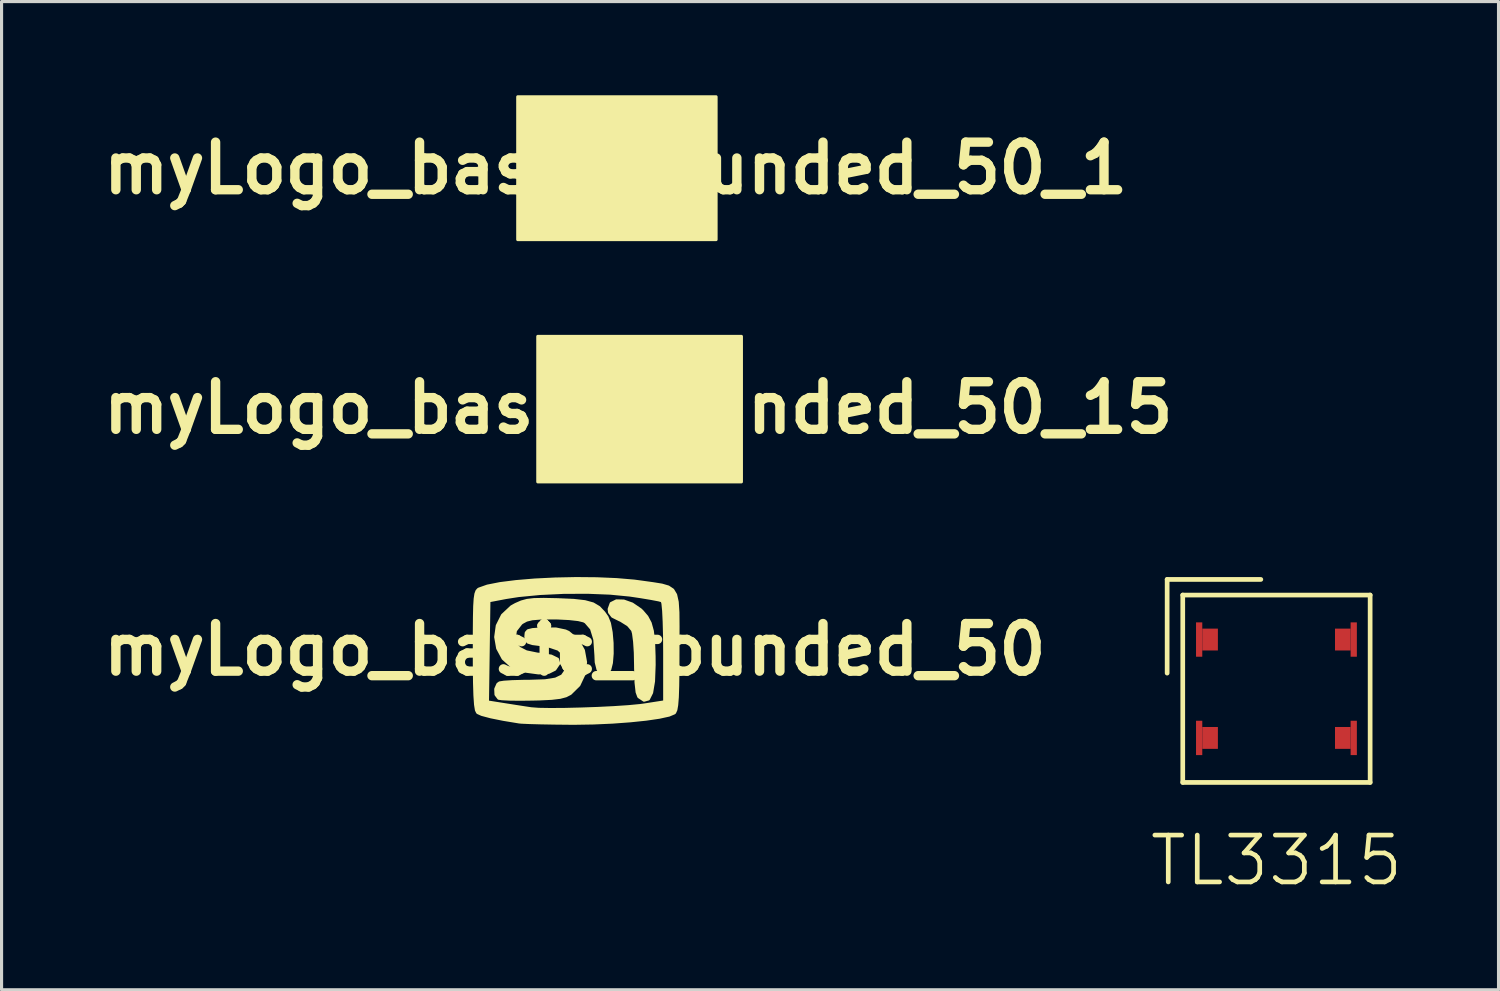
<source format=kicad_pcb>
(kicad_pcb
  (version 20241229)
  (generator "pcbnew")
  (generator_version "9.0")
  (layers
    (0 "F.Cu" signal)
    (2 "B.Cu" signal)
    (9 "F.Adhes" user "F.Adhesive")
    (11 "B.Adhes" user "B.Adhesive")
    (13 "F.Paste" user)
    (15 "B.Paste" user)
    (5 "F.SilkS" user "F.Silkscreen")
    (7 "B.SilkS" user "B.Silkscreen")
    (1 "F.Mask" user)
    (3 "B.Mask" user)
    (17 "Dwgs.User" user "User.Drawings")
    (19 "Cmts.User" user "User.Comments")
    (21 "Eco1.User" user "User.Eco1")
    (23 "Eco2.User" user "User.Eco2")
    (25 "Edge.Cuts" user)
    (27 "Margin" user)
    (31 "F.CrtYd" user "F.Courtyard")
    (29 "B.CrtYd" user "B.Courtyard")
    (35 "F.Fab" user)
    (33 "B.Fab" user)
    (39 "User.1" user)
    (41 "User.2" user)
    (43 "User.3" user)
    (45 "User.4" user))
  (footprint "TL3315"
    (layer "F.Cu")
    (at 37.823 19.004)
    (property "Reference" "TL3315" (at 0 5.5 0) (layer "F.SilkS") (effects (font (size 1.5 1.5) (thickness 0.15))))
    (attr through_hole)
    (fp_line (start -3.5 -3.5) (end -3.5 -0.5) (stroke (width 0.15) (type solid)) (layer "F.SilkS"))
    (fp_line (start -3 -3) (end 3 -3) (stroke (width 0.15) (type solid)) (layer "F.SilkS"))
    (fp_line (start -3 3) (end -3 -3) (stroke (width 0.15) (type solid)) (layer "F.SilkS"))
    (fp_line (start -0.5 -3.5) (end -3.5 -3.5) (stroke (width 0.15) (type solid)) (layer "F.SilkS"))
    (fp_line (start 3 -3) (end 3 3) (stroke (width 0.15) (type solid)) (layer "F.SilkS"))
    (fp_line (start 3 3) (end -3 3) (stroke (width 0.15) (type solid)) (layer "F.SilkS"))
    (pad "1" smd rect (at -2.475 -1.575) (size 0.2 1.1) (layers "F.Cu" "F.Mask" "F.Paste"))
    (pad "1" smd rect (at -2.125 -1.575) (size 0.5 0.7) (layers "F.Cu" "F.Mask" "F.Paste"))
    (pad "2" smd rect (at 2.125 -1.575) (size 0.5 0.7) (layers "F.Cu" "F.Mask" "F.Paste"))
    (pad "2" smd rect (at 2.475 -1.575) (size 0.2 1.1) (layers "F.Cu" "F.Mask" "F.Paste"))
    (pad "3" smd rect (at -2.475 1.575) (size 0.2 1.1) (layers "F.Cu" "F.Mask" "F.Paste"))
    (pad "3" smd rect (at -2.125 1.575) (size 0.5 0.7) (layers "F.Cu" "F.Mask" "F.Paste"))
    (pad "4" smd rect (at 2.125 1.575) (size 0.5 0.7) (layers "F.Cu" "F.Mask" "F.Paste"))
    (pad "4" smd rect (at 2.475 1.575) (size 0.2 1.1) (layers "F.Cu" "F.Mask" "F.Paste")))
  (footprint "myLogo_basic_rounded_50_15"
    (layer "F.Cu")
    (at 17.388 10.008)
    (property "Reference" "myLogo_basic_rounded_50_15" (at 0 0 0) (layer "F.SilkS") (effects (font (size 1.524 1.524) (thickness 0.3))))
    (attr through_hole)
    (fp_poly (pts (xy 3.302 2.371) (xy 0.042 2.371) (xy -3.217 2.371) (xy -3.217 0.042) (xy -3.217 -2.286) (xy 0.042 -2.286) (xy 3.302 -2.286) (xy 3.302 0.042) (xy 3.302 2.371)) (stroke (width 0.1) (type solid)) (fill yes) (layer "F.SilkS")))
  (footprint "myLogo_basic_rounded_50_1"
    (layer "F.Cu")
    (at 16.662 2.336)
    (property "Reference" "myLogo_basic_rounded_50_1" (at 0 0 0) (layer "F.SilkS") (effects (font (size 1.524 1.524) (thickness 0.3))))
    (attr through_hole)
    (fp_poly (pts (xy 3.217 2.286) (xy 0.042 2.286) (xy -3.133 2.286) (xy -3.133 0) (xy -3.133 -2.286) (xy 0.042 -2.286) (xy 3.217 -2.286) (xy 3.217 0) (xy 3.217 2.286)) (stroke (width 0.1) (type solid)) (fill yes) (layer "F.SilkS")))
  (footprint "myLogo_basic_rounded_50"
    (layer "F.Cu")
    (at 15.356 17.751)
    (property "Reference" "myLogo_basic_rounded_50" (at 0 0 0) (layer "F.SilkS") (effects (font (size 1.524 1.524) (thickness 0.3))))
    (attr through_hole)
    (fp_poly (pts (xy 2.539 0.492) (xy 2.519 1.015) (xy 2.458 1.378) (xy 2.357 1.58) (xy 2.217 1.619) (xy 2.049 1.507) (xy 1.996 1.361) (xy 1.962 1.055) (xy 1.948 0.595) (xy 1.947 0.495) (xy 1.939 0.098) (xy 1.916 -0.255) (xy 1.882 -0.516) (xy 1.853 -0.622) (xy 1.71 -0.791) (xy 1.475 -0.938) (xy 1.43 -0.958) (xy 1.209 -1.068) (xy 1.114 -1.194) (xy 1.101 -1.299) (xy 1.165 -1.476) (xy 1.333 -1.559) (xy 1.568 -1.553) (xy 1.836 -1.458) (xy 2.1 -1.278) (xy 2.154 -1.227) (xy 2.306 -1.05) (xy 2.412 -0.85) (xy 2.482 -0.595) (xy 2.521 -0.251) (xy 2.537 0.213) (xy 2.539 0.492)) (stroke (width 0.1) (type solid)) (fill yes) (layer "F.SilkS"))
    (fp_poly (pts (xy 0.343 0.401) (xy 0.295 0.785) (xy 0.13 1.134) (xy -0.144 1.404) (xy -0.285 1.477) (xy -0.473 1.527) (xy -0.744 1.559) (xy -1.133 1.578) (xy -1.355 1.583) (xy -1.751 1.588) (xy -2.089 1.584) (xy -2.331 1.572) (xy -2.434 1.557) (xy -2.523 1.44) (xy -2.531 1.262) (xy -2.463 1.108) (xy -2.406 1.067) (xy -2.267 1.045) (xy -2.003 1.028) (xy -1.658 1.018) (xy -1.432 1.016) (xy -0.951 1) (xy -0.614 0.946) (xy -0.401 0.843) (xy -0.288 0.68) (xy -0.254 0.446) (xy -0.254 0.436) (xy -0.32 0.172) (xy -0.525 -0.014) (xy -0.876 -0.13) (xy -1.077 -0.159) (xy -1.353 -0.195) (xy -1.499 -0.241) (xy -1.557 -0.319) (xy -1.566 -0.423) (xy -1.555 -0.538) (xy -1.497 -0.604) (xy -1.353 -0.639) (xy -1.086 -0.659) (xy -1.016 -0.662) (xy -0.6 -0.658) (xy -0.3 -0.594) (xy -0.206 -0.551) (xy 0.091 -0.307) (xy 0.274 0.024) (xy 0.343 0.401)) (stroke (width 0.1) (type solid)) (fill yes) (layer "F.SilkS"))
    (fp_poly (pts (xy 1.195 0.127) (xy 1.171 0.424) (xy 1.119 0.633) (xy 1.058 0.708) (xy 0.866 0.738) (xy 0.746 0.642) (xy 0.687 0.405) (xy 0.677 0.173) (xy 0.642 -0.323) (xy 0.535 -0.672) (xy 0.352 -0.884) (xy 0.288 -0.92) (xy 0.111 -0.963) (xy -0.184 -0.996) (xy -0.546 -1.014) (xy -0.712 -1.016) (xy -1.104 -1.01) (xy -1.369 -0.989) (xy -1.549 -0.944) (xy -1.687 -0.869) (xy -1.724 -0.841) (xy -1.903 -0.611) (xy -1.941 -0.348) (xy -1.834 -0.101) (xy -1.777 -0.041) (xy -1.554 0.073) (xy -1.204 0.145) (xy -1.121 0.153) (xy -0.756 0.209) (xy -0.555 0.307) (xy -0.517 0.446) (xy -0.641 0.629) (xy -0.641 0.629) (xy -0.838 0.727) (xy -1.161 0.745) (xy -1.621 0.683) (xy -1.637 0.68) (xy -2.017 0.533) (xy -2.295 0.282) (xy -2.469 -0.041) (xy -2.532 -0.402) (xy -2.482 -0.766) (xy -2.315 -1.1) (xy -2.025 -1.371) (xy -1.894 -1.444) (xy -1.711 -1.524) (xy -1.528 -1.574) (xy -1.303 -1.6) (xy -0.994 -1.606) (xy -0.562 -1.597) (xy -0.527 -1.596) (xy -0.034 -1.574) (xy 0.324 -1.533) (xy 0.582 -1.462) (xy 0.772 -1.349) (xy 0.93 -1.181) (xy 1.028 -1.042) (xy 1.108 -0.842) (xy 1.163 -0.551) (xy 1.192 -0.213) (xy 1.195 0.127)) (stroke (width 0.1) (type solid)) (fill yes) (layer "F.SilkS"))
    (fp_poly (pts (xy 3.304 -0.744) (xy 3.302 -0.15) (xy 3.302 0.035) (xy 3.3 0.675) (xy 3.293 1.165) (xy 3.281 1.525) (xy 3.261 1.773) (xy 3.234 1.929) (xy 3.197 2.011) (xy 3.184 2.025) (xy 3.017 2.096) (xy 2.879 2.126) (xy 2.879 1.673) (xy 2.879 0.079) (xy 2.875 -0.441) (xy 2.863 -0.891) (xy 2.846 -1.244) (xy 2.823 -1.477) (xy 2.799 -1.563) (xy 2.688 -1.594) (xy 2.446 -1.64) (xy 2.109 -1.696) (xy 1.762 -1.748) (xy 1.134 -1.809) (xy 0.406 -1.838) (xy -0.364 -1.834) (xy -1.119 -1.798) (xy -1.803 -1.732) (xy -2.201 -1.67) (xy -2.752 -1.565) (xy -2.775 0.056) (xy -2.798 1.677) (xy -2.224 1.768) (xy -1.888 1.821) (xy -1.584 1.868) (xy -1.397 1.896) (xy -1.157 1.914) (xy -0.785 1.92) (xy -0.321 1.917) (xy 0.2 1.904) (xy 0.739 1.885) (xy 1.258 1.859) (xy 1.72 1.828) (xy 2.087 1.793) (xy 2.223 1.775) (xy 2.879 1.673) (xy 2.879 2.126) (xy 2.707 2.164) (xy 2.283 2.226) (xy 1.771 2.279) (xy 1.199 2.321) (xy 0.594 2.348) (xy -0.017 2.358) (xy -0.169 2.357) (xy -0.654 2.352) (xy -1.093 2.344) (xy -1.452 2.334) (xy -1.697 2.323) (xy -1.778 2.316) (xy -2.285 2.232) (xy -2.692 2.15) (xy -2.978 2.074) (xy -3.111 2.014) (xy -3.149 1.936) (xy -3.177 1.761) (xy -3.197 1.473) (xy -3.21 1.057) (xy -3.216 0.498) (xy -3.217 0.035) (xy -3.216 -0.581) (xy -3.212 -1.05) (xy -3.204 -1.392) (xy -3.189 -1.629) (xy -3.166 -1.782) (xy -3.133 -1.873) (xy -3.09 -1.923) (xy -3.065 -1.938) (xy -2.799 -2.032) (xy -2.393 -2.112) (xy -1.877 -2.177) (xy -1.28 -2.227) (xy -0.631 -2.259) (xy 0.041 -2.273) (xy 0.707 -2.267) (xy 1.337 -2.24) (xy 1.902 -2.192) (xy 2.14 -2.16) (xy 2.506 -2.109) (xy 2.786 -2.064) (xy 2.992 -2.004) (xy 3.135 -1.909) (xy 3.227 -1.756) (xy 3.278 -1.526) (xy 3.3 -1.195) (xy 3.304 -0.744)) (stroke (width 0.1) (type solid)) (fill yes) (layer "F.SilkS")))
  (gr_rect
    (start -3 -3)
    (end 44.934 28.644)
    (stroke (width 0.1) (type default))
    (fill no)
    (layer "Edge.Cuts")))
</source>
